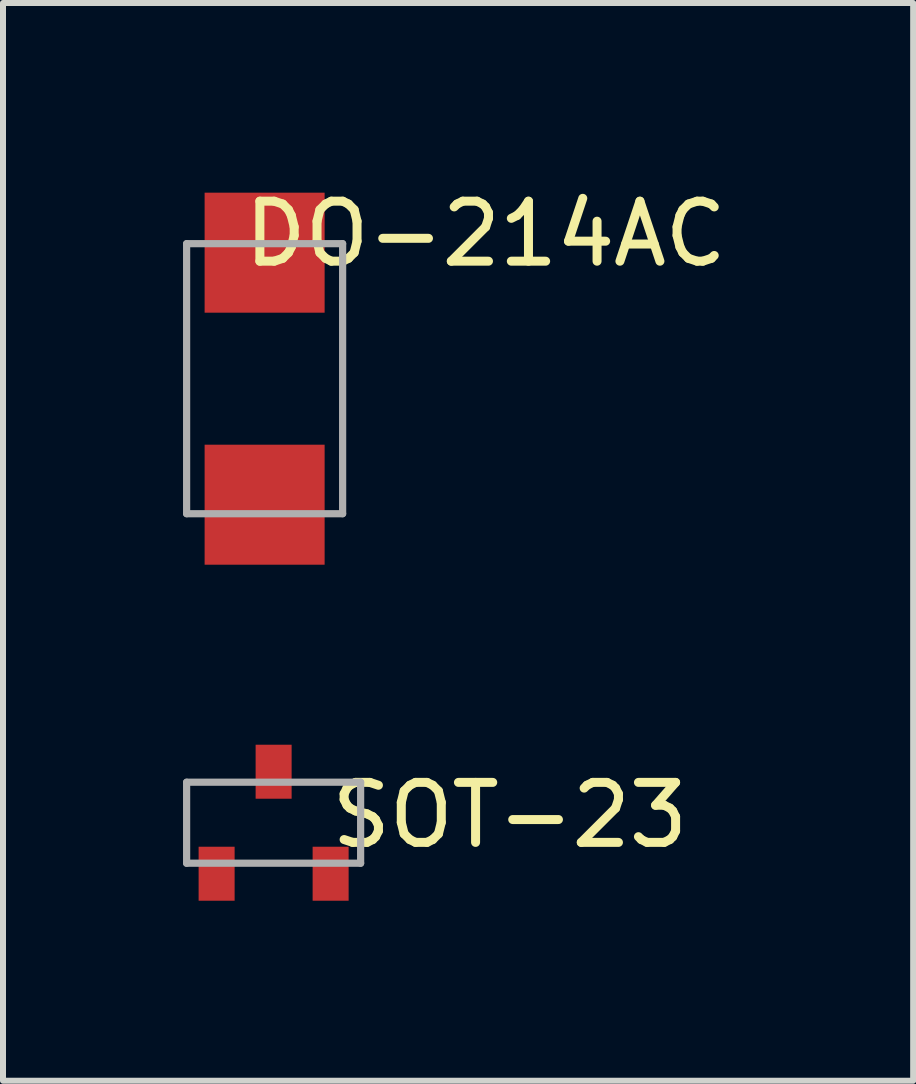
<source format=kicad_pcb>
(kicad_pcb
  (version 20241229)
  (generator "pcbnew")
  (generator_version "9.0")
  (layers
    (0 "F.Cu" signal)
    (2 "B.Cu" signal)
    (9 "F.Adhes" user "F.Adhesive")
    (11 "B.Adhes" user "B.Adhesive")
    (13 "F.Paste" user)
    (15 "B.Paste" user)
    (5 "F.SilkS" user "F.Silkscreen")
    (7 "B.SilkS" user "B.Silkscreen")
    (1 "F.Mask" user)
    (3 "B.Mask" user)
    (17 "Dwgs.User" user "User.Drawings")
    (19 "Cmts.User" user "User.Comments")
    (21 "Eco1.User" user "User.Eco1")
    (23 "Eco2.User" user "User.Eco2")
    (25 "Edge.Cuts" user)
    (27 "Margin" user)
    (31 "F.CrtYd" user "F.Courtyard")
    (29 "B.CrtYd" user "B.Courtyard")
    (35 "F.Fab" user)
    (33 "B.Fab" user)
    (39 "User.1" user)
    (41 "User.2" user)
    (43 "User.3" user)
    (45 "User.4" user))
  (footprint "DO-214AC"
    (layer "F.Cu")
    (at 1.36 3.261)
    (property "Reference" "DO-214AC" (at 3.683 -2.413 0) (layer "F.SilkS") (effects (font (size 1 1) (thickness 0.15))))
    (attr through_hole)
    (fp_line (start -1.3 -2.25) (end -1.3 2.25) (stroke (width 0.12) (type solid)) (layer "F.Fab"))
    (fp_line (start -1.3 2.25) (end 1.3 2.25) (stroke (width 0.12) (type solid)) (layer "F.Fab"))
    (fp_line (start 1.3 -2.25) (end -1.3 -2.25) (stroke (width 0.12) (type solid)) (layer "F.Fab"))
    (fp_line (start 1.3 2.25) (end 1.3 -2.25) (stroke (width 0.12) (type solid)) (layer "F.Fab"))
    (pad "1" smd rect (at 0 -2.1) (size 2 2) (layers "F.Cu" "F.Mask" "F.Paste"))
    (pad "2" smd rect (at 0 2.1) (size 2 2) (layers "F.Cu" "F.Mask" "F.Paste")))
  (footprint "SOT-23"
    (layer "F.Cu")
    (at 1.51 10.661)
    (property "Reference" "SOT-23" (at 3.937 -0.127 0) (layer "F.SilkS") (effects (font (size 1 1) (thickness 0.15))))
    (attr smd)
    (fp_line (start -1.45 -0.675) (end 1.45 -0.675) (stroke (width 0.12) (type solid)) (layer "F.Fab"))
    (fp_line (start -1.45 0.675) (end -1.45 -0.675) (stroke (width 0.12) (type solid)) (layer "F.Fab"))
    (fp_line (start 1.45 -0.675) (end 1.45 0.675) (stroke (width 0.12) (type solid)) (layer "F.Fab"))
    (fp_line (start 1.45 0.675) (end -1.45 0.675) (stroke (width 0.12) (type solid)) (layer "F.Fab"))
    (pad "1" smd rect (at -0.95 0.85) (size 0.6 0.9) (layers "F.Cu" "F.Mask" "F.Paste"))
    (pad "2" smd rect (at 0.95 0.85) (size 0.6 0.9) (layers "F.Cu" "F.Mask" "F.Paste"))
    (pad "3" smd rect (at 0 -0.85) (size 0.6 0.9) (layers "F.Cu" "F.Mask" "F.Paste")))
  (gr_rect
    (start -3 -3)
    (end 12.168 14.961)
    (stroke (width 0.1) (type default))
    (fill no)
    (layer "Edge.Cuts")))
</source>
